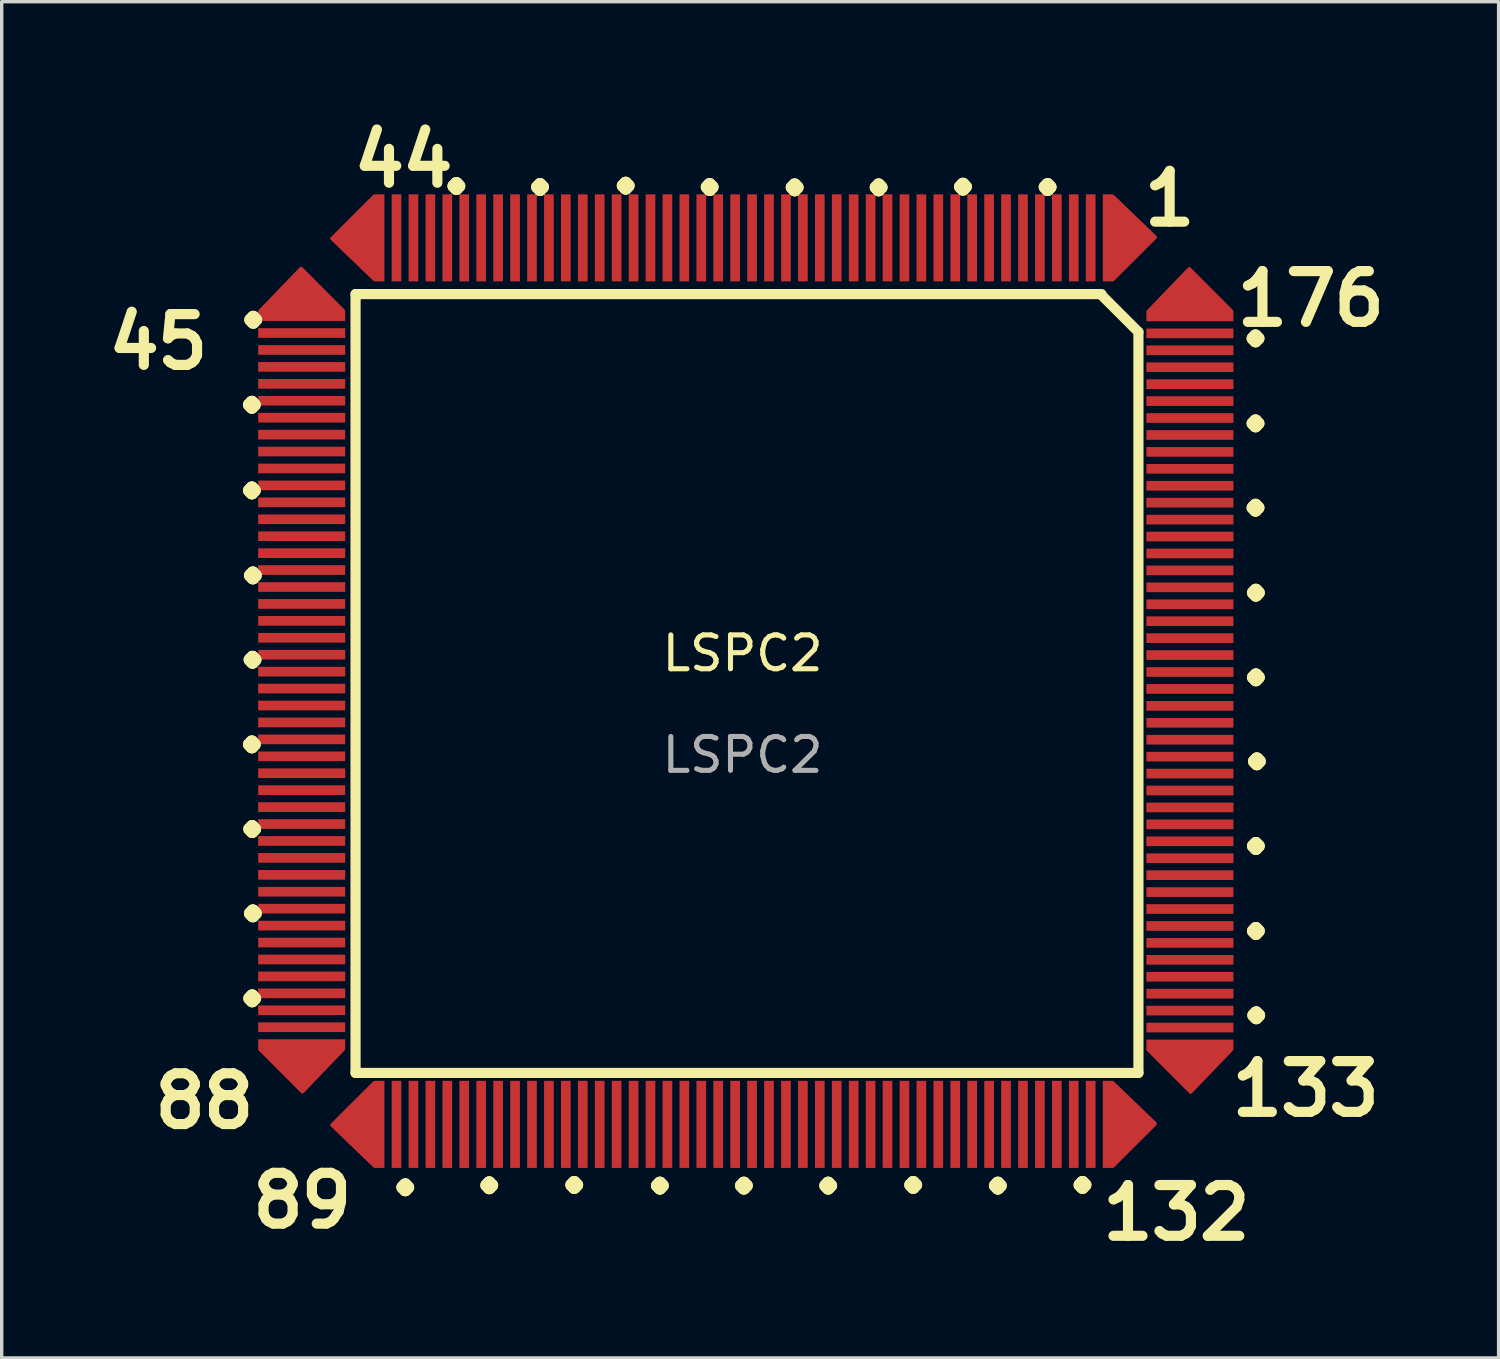
<source format=kicad_pcb>
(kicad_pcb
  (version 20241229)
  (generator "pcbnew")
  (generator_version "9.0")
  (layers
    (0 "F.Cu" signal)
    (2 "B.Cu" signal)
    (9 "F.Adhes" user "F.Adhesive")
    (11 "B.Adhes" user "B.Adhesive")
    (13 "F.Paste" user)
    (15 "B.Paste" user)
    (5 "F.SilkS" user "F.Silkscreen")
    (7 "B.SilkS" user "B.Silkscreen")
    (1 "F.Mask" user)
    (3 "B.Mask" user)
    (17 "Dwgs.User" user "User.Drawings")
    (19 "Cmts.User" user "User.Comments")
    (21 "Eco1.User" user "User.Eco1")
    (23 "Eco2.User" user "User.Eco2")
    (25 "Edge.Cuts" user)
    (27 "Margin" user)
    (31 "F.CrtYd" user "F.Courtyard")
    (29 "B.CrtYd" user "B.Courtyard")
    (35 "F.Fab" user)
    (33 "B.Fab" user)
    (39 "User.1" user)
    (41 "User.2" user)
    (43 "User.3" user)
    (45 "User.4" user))
  (footprint "LSPC2"
    (layer "F.Cu")
    (at 18.88 16.745)
    (property "Reference" "LSPC2" (at 0 -0.5 0) (unlocked yes) (layer "F.SilkS") (effects (font (size 1 1) (thickness 0.15))))
    (attr smd)
    (fp_line (start -11.43 -11.11) (end -11.38 -11.06) (stroke (width 0.3) (type solid)) (layer "F.SilkS"))
    (fp_line (start -11.43 11.89) (end -11.43 -11.11) (stroke (width 0.3) (type solid)) (layer "F.SilkS"))
    (fp_line (start -11.41 -11.11) (end 10.6 -11.11) (stroke (width 0.3) (type solid)) (layer "F.SilkS"))
    (fp_line (start 10.58 -11.1) (end 11.69 -9.99) (stroke (width 0.3) (type solid)) (layer "F.SilkS"))
    (fp_line (start 11.69 -9.99) (end 11.69 11.89) (stroke (width 0.3) (type solid)) (layer "F.SilkS"))
    (fp_line (start 11.69 11.89) (end -11.43 11.89) (stroke (width 0.3) (type solid)) (layer "F.SilkS"))
    (fp_text user "." (at -15.12 -7.55 0) (unlocked yes) (layer "F.SilkS") (effects (font (size 1.6 1.6) (thickness 0.375) (bold yes)) (justify left bottom)))
    (fp_text user "." (at -15.08 -10.06 0) (unlocked yes) (layer "F.SilkS") (effects (font (size 1.6 1.6) (thickness 0.375) (bold yes)) (justify left bottom)))
    (fp_text user "." (at -15.11 4.98 0) (unlocked yes) (layer "F.SilkS") (effects (font (size 1.6 1.6) (thickness 0.375) (bold yes)) (justify left bottom)))
    (fp_text user "." (at 1.9 15.51 0) (unlocked yes) (layer "F.SilkS") (effects (font (size 1.6 1.6) (thickness 0.375) (bold yes)) (justify left bottom)))
    (fp_text user "." (at -8.11 15.5 0) (unlocked yes) (layer "F.SilkS") (effects (font (size 1.6 1.6) (thickness 0.375) (bold yes)) (justify left bottom)))
    (fp_text user "45" (at -18.88 -8.82 0) (unlocked yes) (layer "F.SilkS") (effects (font (size 1.5 1.5) (thickness 0.3) (bold yes)) (justify left bottom)))
    (fp_text user "." (at 14.52 -7 0) (unlocked yes) (layer "F.SilkS") (effects (font (size 1.6 1.6) (thickness 0.375) (bold yes)) (justify left bottom)))
    (fp_text user "." (at -15.12 2.48 0) (unlocked yes) (layer "F.SilkS") (effects (font (size 1.6 1.6) (thickness 0.375) (bold yes)) (justify left bottom)))
    (fp_text user "1" (at 11.7 -13.05 0) (unlocked yes) (layer "F.SilkS") (effects (font (size 1.5 1.5) (thickness 0.3) (bold yes)) (justify left bottom)))
    (fp_text user "." (at 14.52 -9.51 0) (unlocked yes) (layer "F.SilkS") (effects (font (size 1.6 1.6) (thickness 0.375) (bold yes)) (justify left bottom)))
    (fp_text user "89" (at -14.63 16.54 0) (unlocked yes) (layer "F.SilkS") (effects (font (size 1.5 1.5) (thickness 0.3) (bold yes)) (justify left bottom)))
    (fp_text user "." (at 0.91 -13.97 0) (unlocked yes) (layer "F.SilkS") (effects (font (size 1.6 1.6) (thickness 0.375) (bold yes)) (justify left bottom)))
    (fp_text user "." (at 9.41 15.49 0) (unlocked yes) (layer "F.SilkS") (effects (font (size 1.6 1.6) (thickness 0.375) (bold yes)) (justify left bottom)))
    (fp_text user "." (at 5.88 -13.99 0) (unlocked yes) (layer "F.SilkS") (effects (font (size 1.6 1.6) (thickness 0.375) (bold yes)) (justify left bottom)))
    (fp_text user "." (at -15.09 -2.51 0) (unlocked yes) (layer "F.SilkS") (effects (font (size 1.6 1.6) (thickness 0.375) (bold yes)) (justify left bottom)))
    (fp_text user "." (at -15.12 -5.02 0) (unlocked yes) (layer "F.SilkS") (effects (font (size 1.6 1.6) (thickness 0.375) (bold yes)) (justify left bottom)))
    (fp_text user "44" (at -11.64 -14.2 0) (unlocked yes) (layer "F.SilkS") (effects (font (size 1.5 1.5) (thickness 0.3) (bold yes)) (justify left bottom)))
    (fp_text user "132" (at 10.47 16.9 0) (unlocked yes) (layer "F.SilkS") (effects (font (size 1.5 1.5) (thickness 0.3) (bold yes)) (justify left bottom)))
    (fp_text user "." (at -15.11 9.98 0) (unlocked yes) (layer "F.SilkS") (effects (font (size 1.6 1.6) (thickness 0.375) (bold yes)) (justify left bottom)))
    (fp_text user "." (at -1.6 -13.98 0) (unlocked yes) (layer "F.SilkS") (effects (font (size 1.6 1.6) (thickness 0.375) (bold yes)) (justify left bottom)))
    (fp_text user "." (at -15.1 -0.02 0) (unlocked yes) (layer "F.SilkS") (effects (font (size 1.6 1.6) (thickness 0.375) (bold yes)) (justify left bottom)))
    (fp_text user "." (at 6.91 15.51 0) (unlocked yes) (layer "F.SilkS") (effects (font (size 1.6 1.6) (thickness 0.375) (bold yes)) (justify left bottom)))
    (fp_text user "." (at 14.52 -4.51 0) (unlocked yes) (layer "F.SilkS") (effects (font (size 1.6 1.6) (thickness 0.375) (bold yes)) (justify left bottom)))
    (fp_text user "." (at -4.08 -14.02 0) (unlocked yes) (layer "F.SilkS") (effects (font (size 1.6 1.6) (thickness 0.375) (bold yes)) (justify left bottom)))
    (fp_text user "." (at 14.53 5.48 0) (unlocked yes) (layer "F.SilkS") (effects (font (size 1.6 1.6) (thickness 0.375) (bold yes)) (justify left bottom)))
    (fp_text user "." (at -5.6 15.49 0) (unlocked yes) (layer "F.SilkS") (effects (font (size 1.6 1.6) (thickness 0.375) (bold yes)) (justify left bottom)))
    (fp_text user "." (at 14.53 0.5 0) (unlocked yes) (layer "F.SilkS") (effects (font (size 1.6 1.6) (thickness 0.375) (bold yes)) (justify left bottom)))
    (fp_text user "133" (at 14.29 13.24 0) (unlocked yes) (layer "F.SilkS") (effects (font (size 1.5 1.5) (thickness 0.3) (bold yes)) (justify left bottom)))
    (fp_text user "." (at 14.54 10.48 0) (unlocked yes) (layer "F.SilkS") (effects (font (size 1.6 1.6) (thickness 0.375) (bold yes)) (justify left bottom)))
    (fp_text user "." (at -9.08 -14.01 0) (unlocked yes) (layer "F.SilkS") (effects (font (size 1.6 1.6) (thickness 0.375) (bold yes)) (justify left bottom)))
    (fp_text user "." (at 14.56 2.98 0) (unlocked yes) (layer "F.SilkS") (effects (font (size 1.6 1.6) (thickness 0.375) (bold yes)) (justify left bottom)))
    (fp_text user "." (at -15.09 7.47 0) (unlocked yes) (layer "F.SilkS") (effects (font (size 1.6 1.6) (thickness 0.375) (bold yes)) (justify left bottom)))
    (fp_text user "." (at 14.53 -2 0) (unlocked yes) (layer "F.SilkS") (effects (font (size 1.6 1.6) (thickness 0.375) (bold yes)) (justify left bottom)))
    (fp_text user "." (at -10.59 15.56 0) (unlocked yes) (layer "F.SilkS") (effects (font (size 1.6 1.6) (thickness 0.375) (bold yes)) (justify left bottom)))
    (fp_text user "." (at 8.38 -13.98 0) (unlocked yes) (layer "F.SilkS") (effects (font (size 1.6 1.6) (thickness 0.375) (bold yes)) (justify left bottom)))
    (fp_text user "." (at 14.53 7.99 0) (unlocked yes) (layer "F.SilkS") (effects (font (size 1.6 1.6) (thickness 0.375) (bold yes)) (justify left bottom)))
    (fp_text user "." (at -3.07 15.51 0) (unlocked yes) (layer "F.SilkS") (effects (font (size 1.6 1.6) (thickness 0.375) (bold yes)) (justify left bottom)))
    (fp_text user "." (at -0.59 15.51 0) (unlocked yes) (layer "F.SilkS") (effects (font (size 1.6 1.6) (thickness 0.375) (bold yes)) (justify left bottom)))
    (fp_text user "." (at 4.41 15.49 0) (unlocked yes) (layer "F.SilkS") (effects (font (size 1.6 1.6) (thickness 0.375) (bold yes)) (justify left bottom)))
    (fp_text user "." (at -6.61 -13.98 0) (unlocked yes) (layer "F.SilkS") (effects (font (size 1.6 1.6) (thickness 0.375) (bold yes)) (justify left bottom)))
    (fp_text user "88" (at -17.52 13.6 0) (unlocked yes) (layer "F.SilkS") (effects (font (size 1.5 1.5) (thickness 0.3) (bold yes)) (justify left bottom)))
    (fp_text user "176" (at 14.44 -10.09 0) (unlocked yes) (layer "F.SilkS") (effects (font (size 1.5 1.5) (thickness 0.3) (bold yes)) (justify left bottom)))
    (fp_text user "." (at 3.39 -13.97 0) (unlocked yes) (layer "F.SilkS") (effects (font (size 1.6 1.6) (thickness 0.375) (bold yes)) (justify left bottom)))
    (fp_text user "${REFERENCE}" (at 0 2.5 0) (unlocked yes) (layer "F.Fab") (effects (font (size 1 1) (thickness 0.15))))
    (pad "1" smd custom (at 10.78 -12.77 270) (size 2.571 0.286) (layers "F.Cu" "F.Mask" "F.Paste") (options (anchor rect)) (primitives (gr_poly (pts (xy -1.236 -0.145) (xy -0.019 -1.41) (xy 1.236 -0.152)) (width 0.1) (fill yes))))
    (pad "2" smd rect (at 10.28 -12.77 270) (size 2.571 0.286) (layers "F.Cu" "F.Mask" "F.Paste"))
    (pad "3" smd rect (at 9.78 -12.77 270) (size 2.571 0.286) (layers "F.Cu" "F.Mask" "F.Paste"))
    (pad "4" smd rect (at 9.28 -12.77 270) (size 2.571 0.286) (layers "F.Cu" "F.Mask" "F.Paste"))
    (pad "5" smd rect (at 8.78 -12.77 270) (size 2.571 0.286) (layers "F.Cu" "F.Mask" "F.Paste"))
    (pad "6" smd rect (at 8.28 -12.77 270) (size 2.571 0.286) (layers "F.Cu" "F.Mask" "F.Paste"))
    (pad "7" smd rect (at 7.78 -12.77 270) (size 2.571 0.286) (layers "F.Cu" "F.Mask" "F.Paste"))
    (pad "8" smd rect (at 7.28 -12.77 270) (size 2.571 0.286) (layers "F.Cu" "F.Mask" "F.Paste"))
    (pad "9" smd rect (at 6.78 -12.77 270) (size 2.571 0.286) (layers "F.Cu" "F.Mask" "F.Paste"))
    (pad "10" smd rect (at 6.28 -12.77 270) (size 2.571 0.286) (layers "F.Cu" "F.Mask" "F.Paste"))
    (pad "11" smd rect (at 5.78 -12.77 270) (size 2.571 0.286) (layers "F.Cu" "F.Mask" "F.Paste"))
    (pad "12" smd rect (at 5.28 -12.77 270) (size 2.571 0.286) (layers "F.Cu" "F.Mask" "F.Paste"))
    (pad "13" smd rect (at 4.78 -12.77 270) (size 2.571 0.286) (layers "F.Cu" "F.Mask" "F.Paste"))
    (pad "14" smd rect (at 4.28 -12.77 270) (size 2.571 0.286) (layers "F.Cu" "F.Mask" "F.Paste"))
    (pad "15" smd rect (at 3.78 -12.77 270) (size 2.571 0.286) (layers "F.Cu" "F.Mask" "F.Paste"))
    (pad "16" smd rect (at 3.28 -12.77 270) (size 2.571 0.286) (layers "F.Cu" "F.Mask" "F.Paste"))
    (pad "17" smd rect (at 2.78 -12.77 270) (size 2.571 0.286) (layers "F.Cu" "F.Mask" "F.Paste"))
    (pad "18" smd rect (at 2.28 -12.77 270) (size 2.571 0.286) (layers "F.Cu" "F.Mask" "F.Paste"))
    (pad "19" smd rect (at 1.78 -12.77 270) (size 2.571 0.286) (layers "F.Cu" "F.Mask" "F.Paste"))
    (pad "20" smd rect (at 1.28 -12.77 270) (size 2.571 0.286) (layers "F.Cu" "F.Mask" "F.Paste"))
    (pad "21" smd rect (at 0.78 -12.77 270) (size 2.571 0.286) (layers "F.Cu" "F.Mask" "F.Paste"))
    (pad "22" smd rect (at 0.28 -12.77 270) (size 2.571 0.286) (layers "F.Cu" "F.Mask" "F.Paste"))
    (pad "23" smd rect (at -0.22 -12.77 270) (size 2.571 0.286) (layers "F.Cu" "F.Mask" "F.Paste"))
    (pad "24" smd rect (at -0.72 -12.77 270) (size 2.571 0.286) (layers "F.Cu" "F.Mask" "F.Paste"))
    (pad "25" smd rect (at -1.22 -12.77 270) (size 2.571 0.286) (layers "F.Cu" "F.Mask" "F.Paste"))
    (pad "26" smd rect (at -1.72 -12.77 270) (size 2.571 0.286) (layers "F.Cu" "F.Mask" "F.Paste"))
    (pad "27" smd rect (at -2.22 -12.77 270) (size 2.571 0.286) (layers "F.Cu" "F.Mask" "F.Paste"))
    (pad "28" smd rect (at -2.72 -12.77 270) (size 2.571 0.286) (layers "F.Cu" "F.Mask" "F.Paste"))
    (pad "29" smd rect (at -3.22 -12.77 270) (size 2.571 0.286) (layers "F.Cu" "F.Mask" "F.Paste"))
    (pad "30" smd rect (at -3.72 -12.77 270) (size 2.571 0.286) (layers "F.Cu" "F.Mask" "F.Paste"))
    (pad "31" smd rect (at -4.22 -12.77 270) (size 2.571 0.286) (layers "F.Cu" "F.Mask" "F.Paste"))
    (pad "32" smd rect (at -4.72 -12.77 270) (size 2.571 0.286) (layers "F.Cu" "F.Mask" "F.Paste"))
    (pad "33" smd rect (at -5.22 -12.77 270) (size 2.571 0.286) (layers "F.Cu" "F.Mask" "F.Paste"))
    (pad "34" smd rect (at -5.72 -12.77 270) (size 2.571 0.286) (layers "F.Cu" "F.Mask" "F.Paste"))
    (pad "35" smd rect (at -6.22 -12.77 270) (size 2.571 0.286) (layers "F.Cu" "F.Mask" "F.Paste"))
    (pad "36" smd rect (at -6.72 -12.77 270) (size 2.571 0.286) (layers "F.Cu" "F.Mask" "F.Paste"))
    (pad "37" smd rect (at -7.22 -12.77 270) (size 2.571 0.286) (layers "F.Cu" "F.Mask" "F.Paste"))
    (pad "38" smd rect (at -7.72 -12.77 270) (size 2.571 0.286) (layers "F.Cu" "F.Mask" "F.Paste"))
    (pad "39" smd rect (at -8.22 -12.77 270) (size 2.571 0.286) (layers "F.Cu" "F.Mask" "F.Paste"))
    (pad "40" smd rect (at -8.72 -12.77 270) (size 2.571 0.286) (layers "F.Cu" "F.Mask" "F.Paste"))
    (pad "41" smd rect (at -9.22 -12.77 270) (size 2.571 0.286) (layers "F.Cu" "F.Mask" "F.Paste"))
    (pad "42" smd rect (at -9.72 -12.77 270) (size 2.571 0.286) (layers "F.Cu" "F.Mask" "F.Paste"))
    (pad "43" smd rect (at -10.22 -12.77 270) (size 2.571 0.286) (layers "F.Cu" "F.Mask" "F.Paste"))
    (pad "44" smd custom (at -10.72 -12.77 90) (size 2.571 0.286) (layers "F.Cu" "F.Mask" "F.Paste") (options (anchor rect)) (primitives (gr_poly (pts (xy -1.236 -0.145) (xy -0.019 -1.41) (xy 1.236 -0.152)) (width 0.1) (fill yes))))
    (pad "45" smd custom (at -13.02 -10.46) (size 2.571 0.286) (layers "F.Cu" "F.Mask" "F.Paste") (options (anchor rect)) (primitives (gr_poly (pts (xy -1.236 -0.145) (xy -0.019 -1.41) (xy 1.236 -0.152)) (width 0.1) (fill yes))))
    (pad "46" smd rect (at -13.02 -9.96) (size 2.571 0.286) (layers "F.Cu" "F.Mask" "F.Paste"))
    (pad "47" smd rect (at -13.02 -9.46) (size 2.571 0.286) (layers "F.Cu" "F.Mask" "F.Paste"))
    (pad "48" smd rect (at -13.02 -8.96) (size 2.571 0.286) (layers "F.Cu" "F.Mask" "F.Paste"))
    (pad "49" smd rect (at -13.02 -8.46) (size 2.571 0.286) (layers "F.Cu" "F.Mask" "F.Paste"))
    (pad "50" smd rect (at -13.02 -7.96) (size 2.571 0.286) (layers "F.Cu" "F.Mask" "F.Paste"))
    (pad "51" smd rect (at -13.02 -7.46) (size 2.571 0.286) (layers "F.Cu" "F.Mask" "F.Paste"))
    (pad "52" smd rect (at -13.02 -6.96) (size 2.571 0.286) (layers "F.Cu" "F.Mask" "F.Paste"))
    (pad "53" smd rect (at -13.02 -6.46) (size 2.571 0.286) (layers "F.Cu" "F.Mask" "F.Paste"))
    (pad "54" smd rect (at -13.02 -5.96) (size 2.571 0.286) (layers "F.Cu" "F.Mask" "F.Paste"))
    (pad "55" smd rect (at -13.02 -5.46) (size 2.571 0.286) (layers "F.Cu" "F.Mask" "F.Paste"))
    (pad "56" smd rect (at -13.02 -4.96) (size 2.571 0.286) (layers "F.Cu" "F.Mask" "F.Paste"))
    (pad "57" smd rect (at -13.02 -4.46) (size 2.571 0.286) (layers "F.Cu" "F.Mask" "F.Paste"))
    (pad "58" smd rect (at -13.02 -3.96) (size 2.571 0.286) (layers "F.Cu" "F.Mask" "F.Paste"))
    (pad "59" smd rect (at -13.02 -3.46) (size 2.571 0.286) (layers "F.Cu" "F.Mask" "F.Paste"))
    (pad "60" smd rect (at -13.02 -2.96) (size 2.571 0.286) (layers "F.Cu" "F.Mask" "F.Paste"))
    (pad "61" smd rect (at -13.02 -2.46) (size 2.571 0.286) (layers "F.Cu" "F.Mask" "F.Paste"))
    (pad "62" smd rect (at -13.02 -1.96) (size 2.571 0.286) (layers "F.Cu" "F.Mask" "F.Paste"))
    (pad "63" smd rect (at -13.02 -1.46) (size 2.571 0.286) (layers "F.Cu" "F.Mask" "F.Paste"))
    (pad "64" smd rect (at -13.02 -0.96) (size 2.571 0.286) (layers "F.Cu" "F.Mask" "F.Paste"))
    (pad "65" smd rect (at -13.02 -0.46) (size 2.571 0.286) (layers "F.Cu" "F.Mask" "F.Paste"))
    (pad "66" smd rect (at -13.02 0.04) (size 2.571 0.286) (layers "F.Cu" "F.Mask" "F.Paste"))
    (pad "67" smd rect (at -13.02 0.54) (size 2.571 0.286) (layers "F.Cu" "F.Mask" "F.Paste"))
    (pad "68" smd rect (at -13.02 1.04) (size 2.571 0.286) (layers "F.Cu" "F.Mask" "F.Paste"))
    (pad "69" smd rect (at -13.02 1.54) (size 2.571 0.286) (layers "F.Cu" "F.Mask" "F.Paste"))
    (pad "70" smd rect (at -13.02 2.04) (size 2.571 0.286) (layers "F.Cu" "F.Mask" "F.Paste"))
    (pad "71" smd rect (at -13.02 2.54) (size 2.571 0.286) (layers "F.Cu" "F.Mask" "F.Paste"))
    (pad "72" smd rect (at -13.02 3.04) (size 2.571 0.286) (layers "F.Cu" "F.Mask" "F.Paste"))
    (pad "73" smd rect (at -13.02 3.54) (size 2.571 0.286) (layers "F.Cu" "F.Mask" "F.Paste"))
    (pad "74" smd rect (at -13.02 4.04) (size 2.571 0.286) (layers "F.Cu" "F.Mask" "F.Paste"))
    (pad "75" smd rect (at -13.02 4.54) (size 2.571 0.286) (layers "F.Cu" "F.Mask" "F.Paste"))
    (pad "76" smd rect (at -13.02 5.04) (size 2.571 0.286) (layers "F.Cu" "F.Mask" "F.Paste"))
    (pad "77" smd rect (at -13.02 5.54) (size 2.571 0.286) (layers "F.Cu" "F.Mask" "F.Paste"))
    (pad "78" smd rect (at -13.02 6.04) (size 2.571 0.286) (layers "F.Cu" "F.Mask" "F.Paste"))
    (pad "79" smd rect (at -13.02 6.54) (size 2.571 0.286) (layers "F.Cu" "F.Mask" "F.Paste"))
    (pad "80" smd rect (at -13.02 7.04) (size 2.571 0.286) (layers "F.Cu" "F.Mask" "F.Paste"))
    (pad "81" smd rect (at -13.02 7.54) (size 2.571 0.286) (layers "F.Cu" "F.Mask" "F.Paste"))
    (pad "82" smd rect (at -13.02 8.04) (size 2.571 0.286) (layers "F.Cu" "F.Mask" "F.Paste"))
    (pad "83" smd rect (at -13.02 8.54) (size 2.571 0.286) (layers "F.Cu" "F.Mask" "F.Paste"))
    (pad "84" smd rect (at -13.02 9.04) (size 2.571 0.286) (layers "F.Cu" "F.Mask" "F.Paste"))
    (pad "85" smd rect (at -13.02 9.54) (size 2.571 0.286) (layers "F.Cu" "F.Mask" "F.Paste"))
    (pad "86" smd rect (at -13.02 10.04) (size 2.571 0.286) (layers "F.Cu" "F.Mask" "F.Paste"))
    (pad "87" smd rect (at -13.02 10.54) (size 2.571 0.286) (layers "F.Cu" "F.Mask" "F.Paste"))
    (pad "88" smd custom (at -13.02 11.04 180) (size 2.571 0.286) (layers "F.Cu" "F.Mask" "F.Paste") (options (anchor rect)) (primitives (gr_poly (pts (xy -1.236 -0.145) (xy -0.019 -1.41) (xy 1.236 -0.152)) (width 0.1) (fill yes))))
    (pad "89" smd custom (at -10.72 13.41 90) (size 2.571 0.286) (layers "F.Cu" "F.Mask" "F.Paste") (options (anchor rect)) (primitives (gr_poly (pts (xy -1.236 -0.145) (xy -0.019 -1.41) (xy 1.236 -0.152)) (width 0.1) (fill yes))))
    (pad "90" smd rect (at -10.22 13.41 270) (size 2.571 0.286) (layers "F.Cu" "F.Mask" "F.Paste"))
    (pad "91" smd rect (at -9.72 13.41 270) (size 2.571 0.286) (layers "F.Cu" "F.Mask" "F.Paste"))
    (pad "92" smd rect (at -9.22 13.41 270) (size 2.571 0.286) (layers "F.Cu" "F.Mask" "F.Paste"))
    (pad "93" smd rect (at -8.72 13.41 270) (size 2.571 0.286) (layers "F.Cu" "F.Mask" "F.Paste"))
    (pad "94" smd rect (at -8.22 13.41 270) (size 2.571 0.286) (layers "F.Cu" "F.Mask" "F.Paste"))
    (pad "95" smd rect (at -7.72 13.41 270) (size 2.571 0.286) (layers "F.Cu" "F.Mask" "F.Paste"))
    (pad "96" smd rect (at -7.22 13.41 270) (size 2.571 0.286) (layers "F.Cu" "F.Mask" "F.Paste"))
    (pad "97" smd rect (at -6.72 13.41 270) (size 2.571 0.286) (layers "F.Cu" "F.Mask" "F.Paste"))
    (pad "98" smd rect (at -6.22 13.41 270) (size 2.571 0.286) (layers "F.Cu" "F.Mask" "F.Paste"))
    (pad "99" smd rect (at -5.72 13.41 270) (size 2.571 0.286) (layers "F.Cu" "F.Mask" "F.Paste"))
    (pad "100" smd rect (at -5.22 13.41 270) (size 2.571 0.286) (layers "F.Cu" "F.Mask" "F.Paste"))
    (pad "101" smd rect (at -4.72 13.41 270) (size 2.571 0.286) (layers "F.Cu" "F.Mask" "F.Paste"))
    (pad "102" smd rect (at -4.22 13.41 270) (size 2.571 0.286) (layers "F.Cu" "F.Mask" "F.Paste"))
    (pad "103" smd rect (at -3.72 13.41 270) (size 2.571 0.286) (layers "F.Cu" "F.Mask" "F.Paste"))
    (pad "104" smd rect (at -3.22 13.41 270) (size 2.571 0.286) (layers "F.Cu" "F.Mask" "F.Paste"))
    (pad "105" smd rect (at -2.72 13.41 270) (size 2.571 0.286) (layers "F.Cu" "F.Mask" "F.Paste"))
    (pad "106" smd rect (at -2.22 13.41 270) (size 2.571 0.286) (layers "F.Cu" "F.Mask" "F.Paste"))
    (pad "107" smd rect (at -1.72 13.41 270) (size 2.571 0.286) (layers "F.Cu" "F.Mask" "F.Paste"))
    (pad "108" smd rect (at -1.22 13.41 270) (size 2.571 0.286) (layers "F.Cu" "F.Mask" "F.Paste"))
    (pad "109" smd rect (at -0.72 13.41 270) (size 2.571 0.286) (layers "F.Cu" "F.Mask" "F.Paste"))
    (pad "110" smd rect (at -0.22 13.41 270) (size 2.571 0.286) (layers "F.Cu" "F.Mask" "F.Paste"))
    (pad "111" smd rect (at 0.28 13.41 270) (size 2.571 0.286) (layers "F.Cu" "F.Mask" "F.Paste"))
    (pad "112" smd rect (at 0.78 13.41 270) (size 2.571 0.286) (layers "F.Cu" "F.Mask" "F.Paste"))
    (pad "113" smd rect (at 1.28 13.41 270) (size 2.571 0.286) (layers "F.Cu" "F.Mask" "F.Paste"))
    (pad "114" smd rect (at 1.78 13.41 270) (size 2.571 0.286) (layers "F.Cu" "F.Mask" "F.Paste"))
    (pad "115" smd rect (at 2.28 13.41 270) (size 2.571 0.286) (layers "F.Cu" "F.Mask" "F.Paste"))
    (pad "116" smd rect (at 2.78 13.41 270) (size 2.571 0.286) (layers "F.Cu" "F.Mask" "F.Paste"))
    (pad "117" smd rect (at 3.28 13.41 270) (size 2.571 0.286) (layers "F.Cu" "F.Mask" "F.Paste"))
    (pad "118" smd rect (at 3.78 13.41 270) (size 2.571 0.286) (layers "F.Cu" "F.Mask" "F.Paste"))
    (pad "119" smd rect (at 4.28 13.41 270) (size 2.571 0.286) (layers "F.Cu" "F.Mask" "F.Paste"))
    (pad "120" smd rect (at 4.78 13.41 270) (size 2.571 0.286) (layers "F.Cu" "F.Mask" "F.Paste"))
    (pad "121" smd rect (at 5.28 13.41 270) (size 2.571 0.286) (layers "F.Cu" "F.Mask" "F.Paste"))
    (pad "122" smd rect (at 5.78 13.41 270) (size 2.571 0.286) (layers "F.Cu" "F.Mask" "F.Paste"))
    (pad "123" smd rect (at 6.28 13.41 270) (size 2.571 0.286) (layers "F.Cu" "F.Mask" "F.Paste"))
    (pad "124" smd rect (at 6.78 13.41 270) (size 2.571 0.286) (layers "F.Cu" "F.Mask" "F.Paste"))
    (pad "125" smd rect (at 7.28 13.41 270) (size 2.571 0.286) (layers "F.Cu" "F.Mask" "F.Paste"))
    (pad "126" smd rect (at 7.78 13.41 270) (size 2.571 0.286) (layers "F.Cu" "F.Mask" "F.Paste"))
    (pad "127" smd rect (at 8.28 13.41 270) (size 2.571 0.286) (layers "F.Cu" "F.Mask" "F.Paste"))
    (pad "128" smd rect (at 8.78 13.41 270) (size 2.571 0.286) (layers "F.Cu" "F.Mask" "F.Paste"))
    (pad "129" smd rect (at 9.28 13.41 270) (size 2.571 0.286) (layers "F.Cu" "F.Mask" "F.Paste"))
    (pad "130" smd rect (at 9.78 13.41 270) (size 2.571 0.286) (layers "F.Cu" "F.Mask" "F.Paste"))
    (pad "131" smd rect (at 10.28 13.41 270) (size 2.571 0.286) (layers "F.Cu" "F.Mask" "F.Paste"))
    (pad "132" smd custom (at 10.78 13.41 270) (size 2.571 0.286) (layers "F.Cu" "F.Mask" "F.Paste") (options (anchor rect)) (primitives (gr_poly (pts (xy -1.236 -0.145) (xy -0.019 -1.41) (xy 1.236 -0.152)) (width 0.1) (fill yes))))
    (pad "133" smd custom (at 13.21 11.05 180) (size 2.571 0.286) (layers "F.Cu" "F.Mask" "F.Paste") (options (anchor rect)) (primitives (gr_poly (pts (xy -1.236 -0.145) (xy -0.019 -1.41) (xy 1.236 -0.152)) (width 0.1) (fill yes))))
    (pad "134" smd rect (at 13.21 10.55) (size 2.571 0.286) (layers "F.Cu" "F.Mask" "F.Paste"))
    (pad "135" smd rect (at 13.21 10.05) (size 2.571 0.286) (layers "F.Cu" "F.Mask" "F.Paste"))
    (pad "136" smd rect (at 13.21 9.55) (size 2.571 0.286) (layers "F.Cu" "F.Mask" "F.Paste"))
    (pad "137" smd rect (at 13.21 9.05) (size 2.571 0.286) (layers "F.Cu" "F.Mask" "F.Paste"))
    (pad "138" smd rect (at 13.21 8.55) (size 2.571 0.286) (layers "F.Cu" "F.Mask" "F.Paste"))
    (pad "139" smd rect (at 13.21 8.05) (size 2.571 0.286) (layers "F.Cu" "F.Mask" "F.Paste"))
    (pad "140" smd rect (at 13.21 7.55) (size 2.571 0.286) (layers "F.Cu" "F.Mask" "F.Paste"))
    (pad "141" smd rect (at 13.21 7.05) (size 2.571 0.286) (layers "F.Cu" "F.Mask" "F.Paste"))
    (pad "142" smd rect (at 13.21 6.55) (size 2.571 0.286) (layers "F.Cu" "F.Mask" "F.Paste"))
    (pad "143" smd rect (at 13.21 6.05) (size 2.571 0.286) (layers "F.Cu" "F.Mask" "F.Paste"))
    (pad "144" smd rect (at 13.21 5.55) (size 2.571 0.286) (layers "F.Cu" "F.Mask" "F.Paste"))
    (pad "145" smd rect (at 13.21 5.05) (size 2.571 0.286) (layers "F.Cu" "F.Mask" "F.Paste"))
    (pad "146" smd rect (at 13.21 4.55) (size 2.571 0.286) (layers "F.Cu" "F.Mask" "F.Paste"))
    (pad "147" smd rect (at 13.21 4.05) (size 2.571 0.286) (layers "F.Cu" "F.Mask" "F.Paste"))
    (pad "148" smd rect (at 13.21 3.55) (size 2.571 0.286) (layers "F.Cu" "F.Mask" "F.Paste"))
    (pad "149" smd rect (at 13.21 3.05) (size 2.571 0.286) (layers "F.Cu" "F.Mask" "F.Paste"))
    (pad "150" smd rect (at 13.21 2.55) (size 2.571 0.286) (layers "F.Cu" "F.Mask" "F.Paste"))
    (pad "151" smd rect (at 13.21 2.05) (size 2.571 0.286) (layers "F.Cu" "F.Mask" "F.Paste"))
    (pad "152" smd rect (at 13.21 1.55) (size 2.571 0.286) (layers "F.Cu" "F.Mask" "F.Paste"))
    (pad "153" smd rect (at 13.21 1.05) (size 2.571 0.286) (layers "F.Cu" "F.Mask" "F.Paste"))
    (pad "154" smd rect (at 13.21 0.55) (size 2.571 0.286) (layers "F.Cu" "F.Mask" "F.Paste"))
    (pad "155" smd rect (at 13.21 0.05) (size 2.571 0.286) (layers "F.Cu" "F.Mask" "F.Paste"))
    (pad "156" smd rect (at 13.21 -0.45) (size 2.571 0.286) (layers "F.Cu" "F.Mask" "F.Paste"))
    (pad "157" smd rect (at 13.21 -0.95) (size 2.571 0.286) (layers "F.Cu" "F.Mask" "F.Paste"))
    (pad "158" smd rect (at 13.21 -1.45) (size 2.571 0.286) (layers "F.Cu" "F.Mask" "F.Paste"))
    (pad "159" smd rect (at 13.21 -1.95) (size 2.571 0.286) (layers "F.Cu" "F.Mask" "F.Paste"))
    (pad "160" smd rect (at 13.21 -2.45) (size 2.571 0.286) (layers "F.Cu" "F.Mask" "F.Paste"))
    (pad "161" smd rect (at 13.21 -2.95) (size 2.571 0.286) (layers "F.Cu" "F.Mask" "F.Paste"))
    (pad "162" smd rect (at 13.21 -3.45) (size 2.571 0.286) (layers "F.Cu" "F.Mask" "F.Paste"))
    (pad "163" smd rect (at 13.21 -3.95) (size 2.571 0.286) (layers "F.Cu" "F.Mask" "F.Paste"))
    (pad "164" smd rect (at 13.21 -4.45) (size 2.571 0.286) (layers "F.Cu" "F.Mask" "F.Paste"))
    (pad "165" smd rect (at 13.21 -4.95) (size 2.571 0.286) (layers "F.Cu" "F.Mask" "F.Paste"))
    (pad "166" smd rect (at 13.21 -5.45) (size 2.571 0.286) (layers "F.Cu" "F.Mask" "F.Paste"))
    (pad "167" smd rect (at 13.21 -5.95) (size 2.571 0.286) (layers "F.Cu" "F.Mask" "F.Paste"))
    (pad "168" smd rect (at 13.21 -6.45) (size 2.571 0.286) (layers "F.Cu" "F.Mask" "F.Paste"))
    (pad "169" smd rect (at 13.21 -6.95) (size 2.571 0.286) (layers "F.Cu" "F.Mask" "F.Paste"))
    (pad "170" smd rect (at 13.21 -7.45) (size 2.571 0.286) (layers "F.Cu" "F.Mask" "F.Paste"))
    (pad "171" smd rect (at 13.21 -7.95) (size 2.571 0.286) (layers "F.Cu" "F.Mask" "F.Paste"))
    (pad "172" smd rect (at 13.21 -8.45) (size 2.571 0.286) (layers "F.Cu" "F.Mask" "F.Paste"))
    (pad "173" smd rect (at 13.21 -8.95) (size 2.571 0.286) (layers "F.Cu" "F.Mask" "F.Paste"))
    (pad "174" smd rect (at 13.21 -9.45) (size 2.571 0.286) (layers "F.Cu" "F.Mask" "F.Paste"))
    (pad "175" smd rect (at 13.21 -9.95) (size 2.571 0.286) (layers "F.Cu" "F.Mask" "F.Paste"))
    (pad "176" smd custom (at 13.21 -10.45) (size 2.571 0.286) (layers "F.Cu" "F.Mask" "F.Paste") (options (anchor rect)) (primitives (gr_poly (pts (xy -1.236 -0.145) (xy -0.019 -1.41) (xy 1.236 -0.152)) (width 0.1) (fill yes)))))
  (gr_rect
    (start -3 -3)
    (end 41.206 37.053)
    (stroke (width 0.1) (type default))
    (fill no)
    (layer "Edge.Cuts")))
</source>
